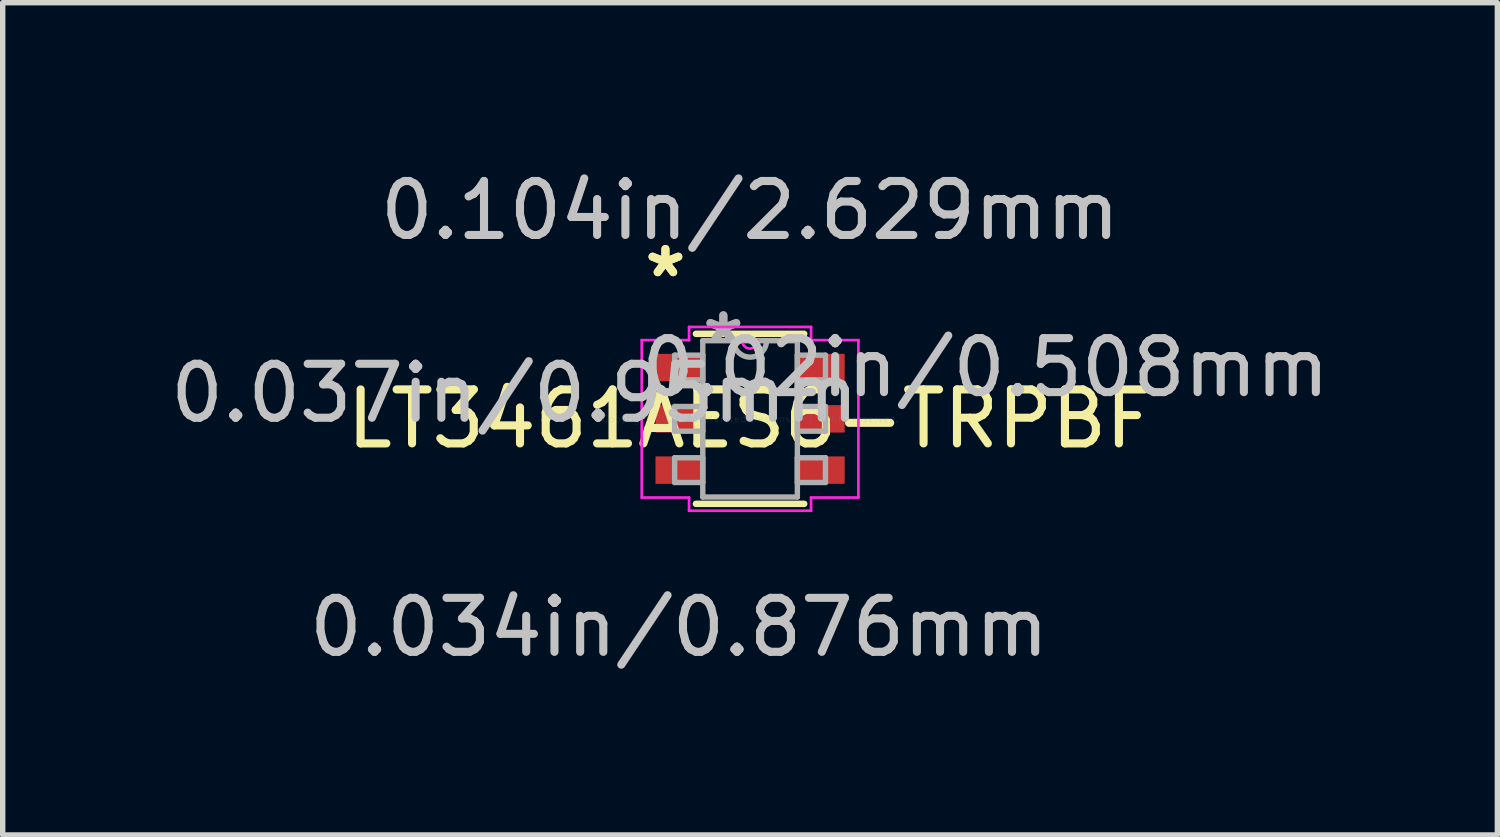
<source format=kicad_pcb>
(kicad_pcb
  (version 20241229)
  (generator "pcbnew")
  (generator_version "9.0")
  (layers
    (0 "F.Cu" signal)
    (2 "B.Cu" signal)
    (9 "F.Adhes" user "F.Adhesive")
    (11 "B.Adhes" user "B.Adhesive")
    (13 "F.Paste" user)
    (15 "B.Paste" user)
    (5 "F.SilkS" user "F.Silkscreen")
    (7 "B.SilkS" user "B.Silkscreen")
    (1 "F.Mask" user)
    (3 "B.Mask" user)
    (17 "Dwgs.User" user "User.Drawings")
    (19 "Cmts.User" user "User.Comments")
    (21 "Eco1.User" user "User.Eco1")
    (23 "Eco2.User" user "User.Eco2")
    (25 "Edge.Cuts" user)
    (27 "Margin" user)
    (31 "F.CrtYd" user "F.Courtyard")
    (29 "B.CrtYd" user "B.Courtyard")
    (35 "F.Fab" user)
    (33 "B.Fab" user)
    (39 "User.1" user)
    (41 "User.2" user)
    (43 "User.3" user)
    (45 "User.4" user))
  (footprint "LT3461AES6-TRPBF"
    (layer "F.Cu")
    (at 10.845 4.709)
    (property "Reference" "LT3461AES6-TRPBF" (at 0 0 0) (layer "F.SilkS") (effects (font (size 1 1) (thickness 0.15))))
    (attr through_hole)
    (fp_line (start -1.003 1.575) (end 1.003 1.575) (stroke (width 0.12) (type solid)) (layer "F.SilkS"))
    (fp_line (start 1.003 -1.575) (end -1.003 -1.575) (stroke (width 0.12) (type solid)) (layer "F.SilkS"))
    (fp_line (start -2.007 -1.458) (end -1.13 -1.458) (stroke (width 0.05) (type solid)) (layer "F.CrtYd"))
    (fp_line (start -2.007 1.458) (end -2.007 -1.458) (stroke (width 0.05) (type solid)) (layer "F.CrtYd"))
    (fp_line (start -1.13 -1.702) (end 1.13 -1.702) (stroke (width 0.05) (type solid)) (layer "F.CrtYd"))
    (fp_line (start -1.13 -1.458) (end -1.13 -1.702) (stroke (width 0.05) (type solid)) (layer "F.CrtYd"))
    (fp_line (start -1.13 1.458) (end -2.007 1.458) (stroke (width 0.05) (type solid)) (layer "F.CrtYd"))
    (fp_line (start -1.13 1.702) (end -1.13 1.458) (stroke (width 0.05) (type solid)) (layer "F.CrtYd"))
    (fp_line (start 1.13 -1.702) (end 1.13 -1.458) (stroke (width 0.05) (type solid)) (layer "F.CrtYd"))
    (fp_line (start 1.13 -1.458) (end 2.007 -1.458) (stroke (width 0.05) (type solid)) (layer "F.CrtYd"))
    (fp_line (start 1.13 1.458) (end 1.13 1.702) (stroke (width 0.05) (type solid)) (layer "F.CrtYd"))
    (fp_line (start 1.13 1.702) (end -1.13 1.702) (stroke (width 0.05) (type solid)) (layer "F.CrtYd"))
    (fp_line (start 2.007 -1.458) (end 2.007 1.458) (stroke (width 0.05) (type solid)) (layer "F.CrtYd"))
    (fp_line (start 2.007 1.458) (end 1.13 1.458) (stroke (width 0.05) (type solid)) (layer "F.CrtYd"))
    (fp_arc (start 0.14605 -1.4478) (mid 0 -1.30175) (end -0.14605 -1.4478) (stroke (width 0.05) (type solid)) (layer "F.CrtYd"))
    (fp_line (start -1.397 -1.179) (end -1.397 -0.721) (stroke (width 0.1) (type solid)) (layer "F.Fab"))
    (fp_line (start -1.397 -0.721) (end -0.876 -0.721) (stroke (width 0.1) (type solid)) (layer "F.Fab"))
    (fp_line (start -1.397 -0.229) (end -1.397 0.229) (stroke (width 0.1) (type solid)) (layer "F.Fab"))
    (fp_line (start -1.397 0.229) (end -0.876 0.229) (stroke (width 0.1) (type solid)) (layer "F.Fab"))
    (fp_line (start -1.397 0.721) (end -1.397 1.179) (stroke (width 0.1) (type solid)) (layer "F.Fab"))
    (fp_line (start -1.397 1.179) (end -0.876 1.179) (stroke (width 0.1) (type solid)) (layer "F.Fab"))
    (fp_line (start -0.876 -1.448) (end -0.876 1.448) (stroke (width 0.1) (type solid)) (layer "F.Fab"))
    (fp_line (start -0.876 -1.179) (end -1.397 -1.179) (stroke (width 0.1) (type solid)) (layer "F.Fab"))
    (fp_line (start -0.876 -0.721) (end -0.876 -1.179) (stroke (width 0.1) (type solid)) (layer "F.Fab"))
    (fp_line (start -0.876 -0.229) (end -1.397 -0.229) (stroke (width 0.1) (type solid)) (layer "F.Fab"))
    (fp_line (start -0.876 0.229) (end -0.876 -0.229) (stroke (width 0.1) (type solid)) (layer "F.Fab"))
    (fp_line (start -0.876 0.721) (end -1.397 0.721) (stroke (width 0.1) (type solid)) (layer "F.Fab"))
    (fp_line (start -0.876 1.179) (end -0.876 0.721) (stroke (width 0.1) (type solid)) (layer "F.Fab"))
    (fp_line (start -0.876 1.448) (end 0.876 1.448) (stroke (width 0.1) (type solid)) (layer "F.Fab"))
    (fp_line (start 0.876 -1.448) (end -0.876 -1.448) (stroke (width 0.1) (type solid)) (layer "F.Fab"))
    (fp_line (start 0.876 -1.179) (end 0.876 -0.721) (stroke (width 0.1) (type solid)) (layer "F.Fab"))
    (fp_line (start 0.876 -0.721) (end 1.397 -0.721) (stroke (width 0.1) (type solid)) (layer "F.Fab"))
    (fp_line (start 0.876 -0.229) (end 0.876 0.229) (stroke (width 0.1) (type solid)) (layer "F.Fab"))
    (fp_line (start 0.876 0.229) (end 1.397 0.229) (stroke (width 0.1) (type solid)) (layer "F.Fab"))
    (fp_line (start 0.876 0.721) (end 0.876 1.179) (stroke (width 0.1) (type solid)) (layer "F.Fab"))
    (fp_line (start 0.876 1.179) (end 1.397 1.179) (stroke (width 0.1) (type solid)) (layer "F.Fab"))
    (fp_line (start 0.876 1.448) (end 0.876 -1.448) (stroke (width 0.1) (type solid)) (layer "F.Fab"))
    (fp_line (start 1.397 -1.179) (end 0.876 -1.179) (stroke (width 0.1) (type solid)) (layer "F.Fab"))
    (fp_line (start 1.397 -0.721) (end 1.397 -1.179) (stroke (width 0.1) (type solid)) (layer "F.Fab"))
    (fp_line (start 1.397 -0.229) (end 0.876 -0.229) (stroke (width 0.1) (type solid)) (layer "F.Fab"))
    (fp_line (start 1.397 0.229) (end 1.397 -0.229) (stroke (width 0.1) (type solid)) (layer "F.Fab"))
    (fp_line (start 1.397 0.721) (end 0.876 0.721) (stroke (width 0.1) (type solid)) (layer "F.Fab"))
    (fp_line (start 1.397 1.179) (end 1.397 0.721) (stroke (width 0.1) (type solid)) (layer "F.Fab"))
    (fp_arc (start 0.3048 -1.4478) (mid 0 -1.143) (end -0.3048 -1.4478) (stroke (width 0.1) (type solid)) (layer "F.Fab"))
    (fp_text user "*" (at -1.568 -2.601 0) (layer "F.SilkS") (effects (font (size 1 1) (thickness 0.15))))
    (fp_text user "*" (at -1.568 -2.601 0) (layer "F.SilkS") (effects (font (size 1 1) (thickness 0.15))))
    (fp_text user "0.037in/0.95mm" (at -4.362 -0.475 0) (layer "Dwgs.User") (effects (font (size 1 1) (thickness 0.15))))
    (fp_text user "0.104in/2.629mm" (at 0 -3.861 0) (layer "Dwgs.User") (effects (font (size 1 1) (thickness 0.15))))
    (fp_text user "0.034in/0.876mm" (at -1.314 3.861 0) (layer "Dwgs.User") (effects (font (size 1 1) (thickness 0.15))))
    (fp_text user "0.02in/0.508mm" (at 4.362 -0.95 0) (layer "Dwgs.User") (effects (font (size 1 1) (thickness 0.15))))
    (fp_text user "Copyright 2021 Accelerated Designs. All rights reserved." (at 0 0 0) (layer "Cmts.User") (effects (font (size 0.127 0.127) (thickness 0.002))))
    (fp_text user "*" (at -0.495 -1.372 0) (layer "F.Fab") (effects (font (size 1 1) (thickness 0.15))))
    (fp_text user "*" (at -0.495 -1.372 0) (layer "F.Fab") (effects (font (size 1 1) (thickness 0.15))))
    (pad "1" smd rect (at -1.314 -0.95) (size 0.876 0.508) (layers "F.Cu" "F.Mask" "F.Paste"))
    (pad "2" smd rect (at -1.314 0) (size 0.876 0.508) (layers "F.Cu" "F.Mask" "F.Paste"))
    (pad "3" smd rect (at -1.314 0.95) (size 0.876 0.508) (layers "F.Cu" "F.Mask" "F.Paste"))
    (pad "4" smd rect (at 1.314 0.95) (size 0.876 0.508) (layers "F.Cu" "F.Mask" "F.Paste"))
    (pad "5" smd rect (at 1.314 0) (size 0.876 0.508) (layers "F.Cu" "F.Mask" "F.Paste"))
    (pad "6" smd rect (at 1.314 -0.95) (size 0.876 0.508) (layers "F.Cu" "F.Mask" "F.Paste")))
  (gr_rect
    (start -3 -3)
    (end 24.689 12.418)
    (stroke (width 0.1) (type default))
    (fill no)
    (layer "Edge.Cuts")))
</source>
